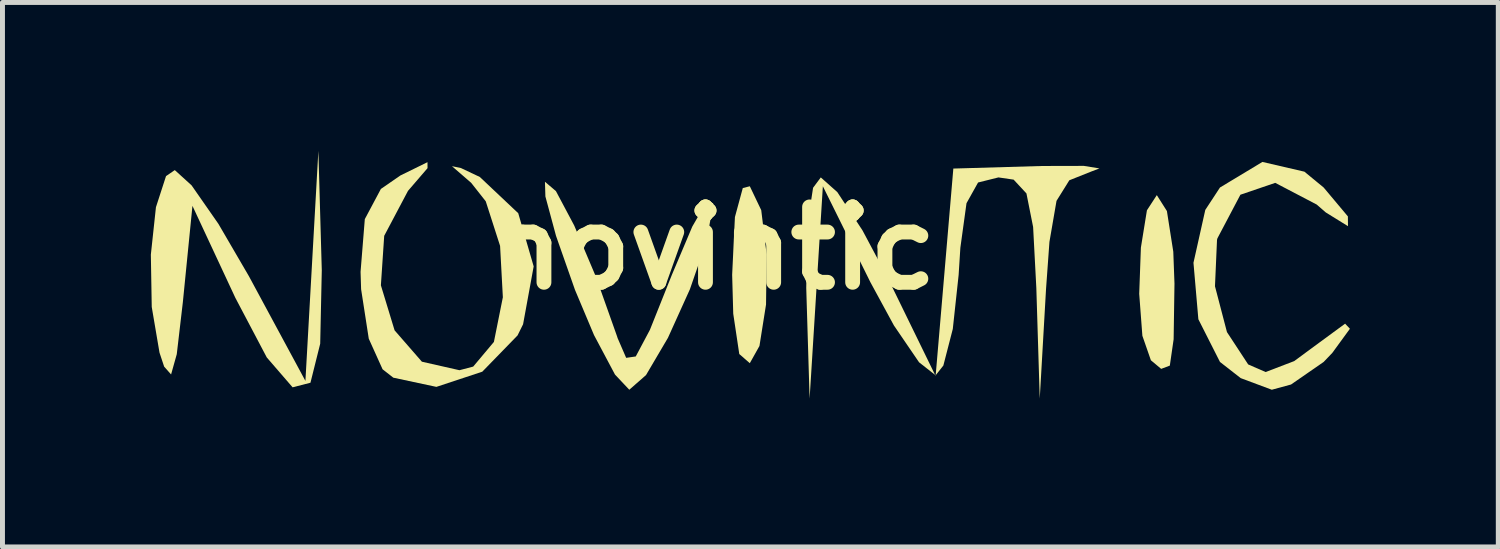
<source format=kicad_pcb>
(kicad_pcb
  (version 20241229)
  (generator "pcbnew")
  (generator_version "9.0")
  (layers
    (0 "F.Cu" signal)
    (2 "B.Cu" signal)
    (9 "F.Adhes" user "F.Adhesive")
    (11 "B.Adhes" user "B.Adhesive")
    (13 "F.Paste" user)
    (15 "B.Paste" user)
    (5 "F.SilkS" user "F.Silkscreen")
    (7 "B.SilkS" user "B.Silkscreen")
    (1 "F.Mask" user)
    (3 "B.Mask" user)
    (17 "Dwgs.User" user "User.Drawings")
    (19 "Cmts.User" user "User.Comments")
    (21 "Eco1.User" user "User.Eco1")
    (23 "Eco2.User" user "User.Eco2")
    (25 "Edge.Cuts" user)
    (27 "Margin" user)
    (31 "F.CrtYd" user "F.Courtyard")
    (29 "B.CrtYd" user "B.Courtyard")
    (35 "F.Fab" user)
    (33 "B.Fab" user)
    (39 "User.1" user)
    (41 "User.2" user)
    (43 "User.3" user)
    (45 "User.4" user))
  (footprint "novintic"
    (layer "F.Cu")
    (at 11.395 1.968)
    (property "Reference" "novintic" (at 0 0 0) (layer "F.SilkS") (effects (font (size 1.524 1.524) (thickness 0.3))))
    (attr board_only exclude_from_pos_files exclude_from_bom)
    (fp_poly (pts (xy 4.472 2.57) (xy 4.473 2.569) (xy 4.472 2.584) (xy 4.461 2.562)) (stroke (width 0) (type solid)) (fill yes) (layer "F.SilkS"))
    (fp_poly (pts (xy 0.946 -0.769) (xy 1.055 0.126) (xy 1.043 1.139) (xy 0.91 1.977) (xy 0.715 2.325) (xy 0.502 2.14) (xy 0.38 1.325) (xy 0.358 0.537) (xy 0.414 -0.63) (xy 0.573 -1.216) (xy 0.715 -1.252)) (stroke (width 0) (type solid)) (fill yes) (layer "F.SilkS"))
    (fp_poly (pts (xy 9.148 -0.751) (xy 9.277 0.071) (xy 9.301 0.715) (xy 9.284 1.841) (xy 9.207 2.374) (xy 9.032 2.44) (xy 8.824 2.266) (xy 8.652 1.771) (xy 8.588 0.923) (xy 8.622 -0.012) (xy 8.744 -0.766) (xy 8.944 -1.073)) (stroke (width 0) (type solid)) (fill yes) (layer "F.SilkS"))
    (fp_poly (pts (xy 2.484 -1.134) (xy 2.993 -0.36) (xy 3.492 0.576) (xy 4.461 2.562) (xy 4.137 2.307) (xy 3.629 1.563) (xy 3.153 0.688) (xy 2.192 -1.252) (xy 2.058 0.894) (xy 1.924 3.041) (xy 1.856 0.805) (xy 1.873 -0.432) (xy 1.994 -1.221) (xy 2.15 -1.431)) (stroke (width 0) (type solid)) (fill yes) (layer "F.SilkS"))
    (fp_poly (pts (xy -7.939 0.447) (xy -7.971 1.931) (xy -8.168 2.72) (xy -8.529 2.813) (xy -9.051 2.209) (xy -9.687 1.003) (xy -10.554 -0.856) (xy -10.748 1.092) (xy -10.871 2.143) (xy -10.986 2.553) (xy -11.126 2.395) (xy -11.22 2.112) (xy -11.377 1.188) (xy -11.395 0.13) (xy -11.292 -0.829) (xy -11.088 -1.458) (xy -10.911 -1.579) (xy -10.572 -1.271) (xy -10.03 -0.493) (xy -9.412 0.567) (xy -8.27 2.683) (xy -8.008 -1.968)) (stroke (width 0) (type solid)) (fill yes) (layer "F.SilkS"))
    (fp_poly (pts (xy 7.784 -1.613) (xy 7.619 -1.55) (xy 7.175 -1.373) (xy 6.916 -0.957) (xy 6.773 -0.128) (xy 6.704 0.828) (xy 6.577 3.041) (xy 6.508 0.805) (xy 6.443 -0.429) (xy 6.308 -1.107) (xy 6.049 -1.386) (xy 5.742 -1.431) (xy 5.33 -1.328) (xy 5.096 -0.909) (xy 4.972 -0.009) (xy 4.937 0.541) (xy 4.819 1.633) (xy 4.628 2.373) (xy 4.473 2.569) (xy 4.651 0.487) (xy 4.83 -1.61) (xy 6.618 -1.662) (xy 7.469 -1.664)) (stroke (width 0) (type solid)) (fill yes) (layer "F.SilkS"))
    (fp_poly (pts (xy -3.205 -1.154) (xy -2.835 -0.458) (xy -2.398 0.574) (xy -1.973 1.771) (xy -1.957 1.82) (xy -1.785 2.217) (xy -1.591 2.189) (xy -1.305 1.651) (xy -0.86 0.537) (xy -0.448 -0.437) (xy -0.15 -0.954) (xy -0.027 -0.909) (xy -0.026 -0.894) (xy -0.157 -0.149) (xy -0.496 0.83) (xy -0.94 1.812) (xy -1.384 2.566) (xy -1.722 2.862) (xy -2.011 2.555) (xy -2.435 1.757) (xy -2.82 0.842) (xy -3.203 -0.249) (xy -3.418 -1.046) (xy -3.427 -1.343)) (stroke (width 0) (type solid)) (fill yes) (layer "F.SilkS"))
    (fp_poly (pts (xy 11.928 -1.547) (xy 12.317 -1.227) (xy 12.807 -0.643) (xy 12.809 -0.445) (xy 12.36 -0.723) (xy 12.177 -0.882) (xy 11.338 -1.321) (xy 10.634 -1.081) (xy 10.169 -0.199) (xy 10.161 -0.168) (xy 10.12 0.77) (xy 10.362 1.696) (xy 10.791 2.35) (xy 11.144 2.504) (xy 11.721 2.283) (xy 12.225 1.912) (xy 12.751 1.526) (xy 12.848 1.629) (xy 12.492 2.117) (xy 12.317 2.3) (xy 11.658 2.756) (xy 11.269 2.862) (xy 10.64 2.627) (xy 10.221 2.3) (xy 9.784 1.437) (xy 9.685 0.295) (xy 9.924 -0.774) (xy 10.221 -1.227) (xy 11.079 -1.744)) (stroke (width 0) (type solid)) (fill yes) (layer "F.SilkS"))
    (fp_poly (pts (xy -5.801 -1.618) (xy -6.196 -1.159) (xy -6.677 -0.25) (xy -6.744 0.751) (xy -6.467 1.661) (xy -5.915 2.295) (xy -5.156 2.467) (xy -4.878 2.394) (xy -4.459 1.895) (xy -4.278 0.992) (xy -4.334 -0.046) (xy -4.624 -0.948) (xy -4.919 -1.322) (xy -5.307 -1.658) (xy -5.127 -1.621) (xy -4.744 -1.44) (xy -3.967 -0.707) (xy -3.655 0.368) (xy -3.869 1.538) (xy -3.981 1.764) (xy -4.694 2.497) (xy -5.622 2.804) (xy -6.493 2.618) (xy -6.71 2.448) (xy -6.989 1.83) (xy -7.144 0.829) (xy -7.155 0.478) (xy -7.069 -0.588) (xy -6.744 -1.198) (xy -6.35 -1.47) (xy -5.802 -1.739)) (stroke (width 0) (type solid)) (fill yes) (layer "F.SilkS")))
  (gr_rect
    (start -3 -3)
    (end 27.243 8.008)
    (stroke (width 0.1) (type default))
    (fill no)
    (layer "Edge.Cuts")))
</source>
